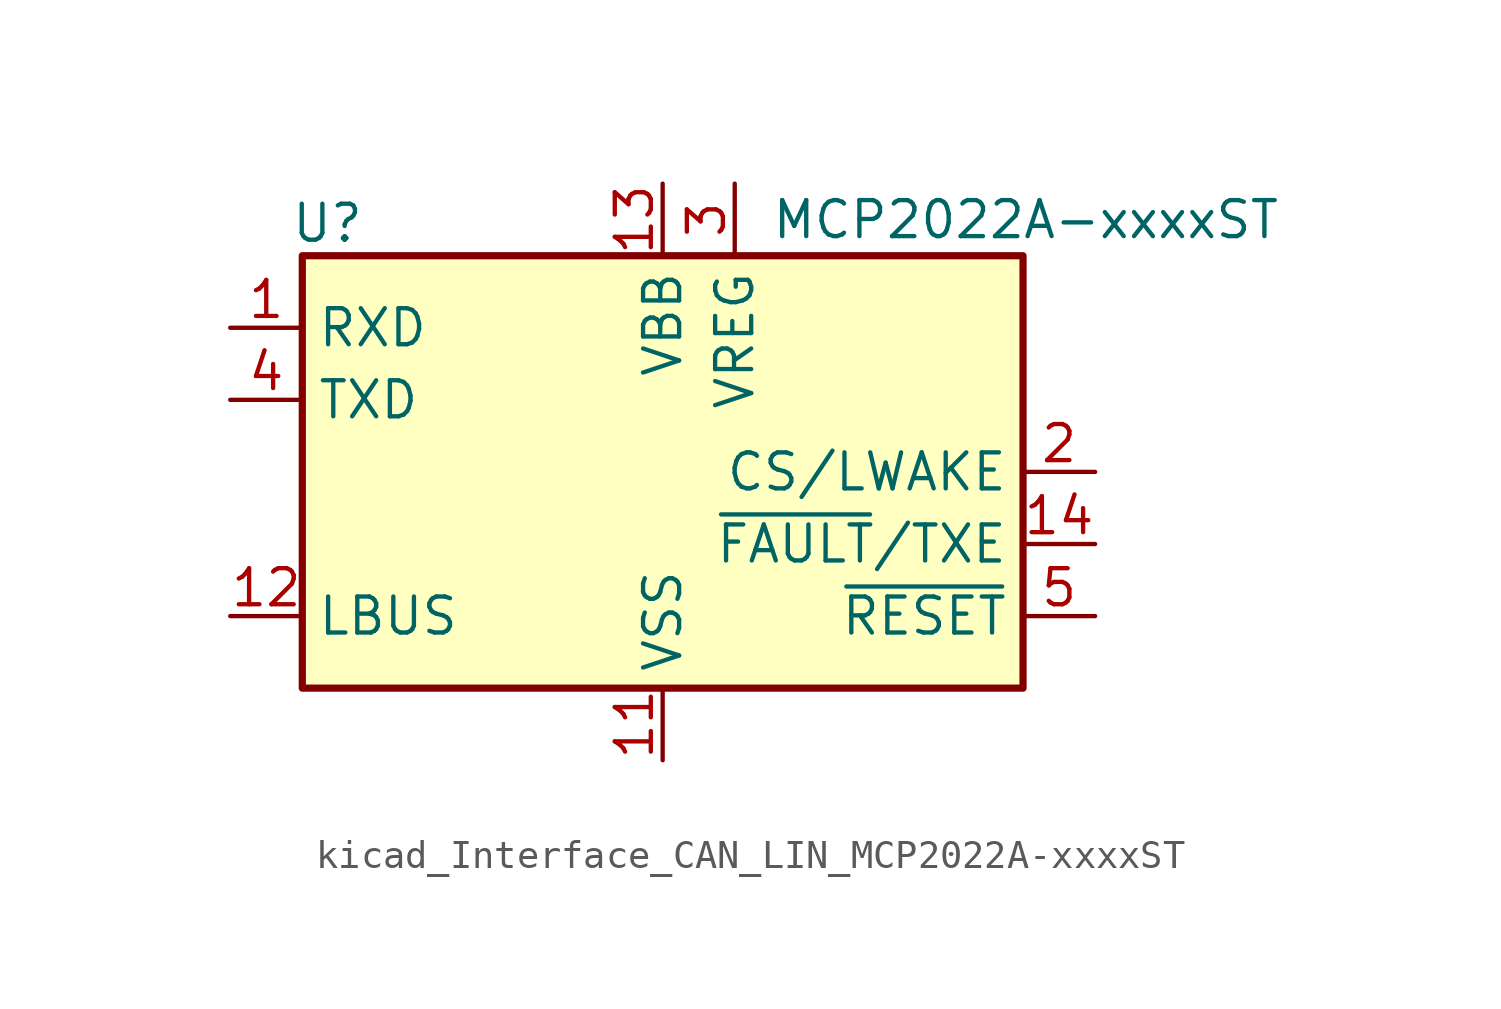
<source format=kicad_sym>
(kicad_symbol_lib
  (version 20220914)
  (generator kicad_symbol_editor)
  (symbol "kicad_Interface_CAN_LIN_MCP2022A-xxxxST"
    (property "Reference" "U"
      (at -11.811 8.763 0)
      (effects (font (size 1.27 1.27))))
    (property "Value" "MCP2022A-xxxxST"
      (at 3.81 8.89 0)
      (effects (font (size 1.27 1.27)) (justify left)))
    (symbol "kicad_Interface_CAN_LIN_MCP2022A-xxxxST_0_1"
      (rectangle (start -12.7 7.62) (end 12.7 -7.62) (stroke (width 0.254) (type default)) (fill (type background))))
    (symbol "kicad_Interface_CAN_LIN_MCP2022A-xxxxST_1_1"
      (pin output line (at -15.24 5.08 0) (length 2.54) (name "RXD" (effects (font (size 1.27 1.27)))) (number "1" (effects (font (size 1.27 1.27)))))
      (pin no_connect line (at -10.16 -7.62 90) (length 2.54) hide (name "NC" (effects (font (size 1.27 1.27)))) (number "10" (effects (font (size 1.27 1.27)))))
      (pin power_in line (at 0 -10.16 90) (length 2.54) (name "VSS" (effects (font (size 1.27 1.27)))) (number "11" (effects (font (size 1.27 1.27)))))
      (pin open_collector line (at -15.24 -5.08 0) (length 2.54) (name "LBUS" (effects (font (size 1.27 1.27)))) (number "12" (effects (font (size 1.27 1.27)))))
      (pin power_in line (at 0 10.16 270) (length 2.54) (name "VBB" (effects (font (size 1.27 1.27)))) (number "13" (effects (font (size 1.27 1.27)))))
      (pin open_collector line (at 15.24 -2.54 180) (length 2.54) (name "~{FAULT}/TXE" (effects (font (size 1.27 1.27)))) (number "14" (effects (font (size 1.27 1.27)))))
      (pin input line (at 15.24 0 180) (length 2.54) (name "CS/LWAKE" (effects (font (size 1.27 1.27)))) (number "2" (effects (font (size 1.27 1.27)))))
      (pin power_out line (at 2.54 10.16 270) (length 2.54) (name "VREG" (effects (font (size 1.27 1.27)))) (number "3" (effects (font (size 1.27 1.27)))))
      (pin input line (at -15.24 2.54 0) (length 2.54) (name "TXD" (effects (font (size 1.27 1.27)))) (number "4" (effects (font (size 1.27 1.27)))))
      (pin output line (at 15.24 -5.08 180) (length 2.54) (name "~{RESET}" (effects (font (size 1.27 1.27)))) (number "5" (effects (font (size 1.27 1.27)))))
      (pin no_connect line (at 2.54 -7.62 90) (length 2.54) hide (name "NC" (effects (font (size 1.27 1.27)))) (number "6" (effects (font (size 1.27 1.27)))))
      (pin no_connect line (at -2.54 -7.62 90) (length 2.54) hide (name "NC" (effects (font (size 1.27 1.27)))) (number "7" (effects (font (size 1.27 1.27)))))
      (pin no_connect line (at -5.08 -7.62 90) (length 2.54) hide (name "NC" (effects (font (size 1.27 1.27)))) (number "8" (effects (font (size 1.27 1.27)))))
      (pin no_connect line (at -7.62 -7.62 90) (length 2.54) hide (name "NC" (effects (font (size 1.27 1.27)))) (number "9" (effects (font (size 1.27 1.27))))))))
</source>
